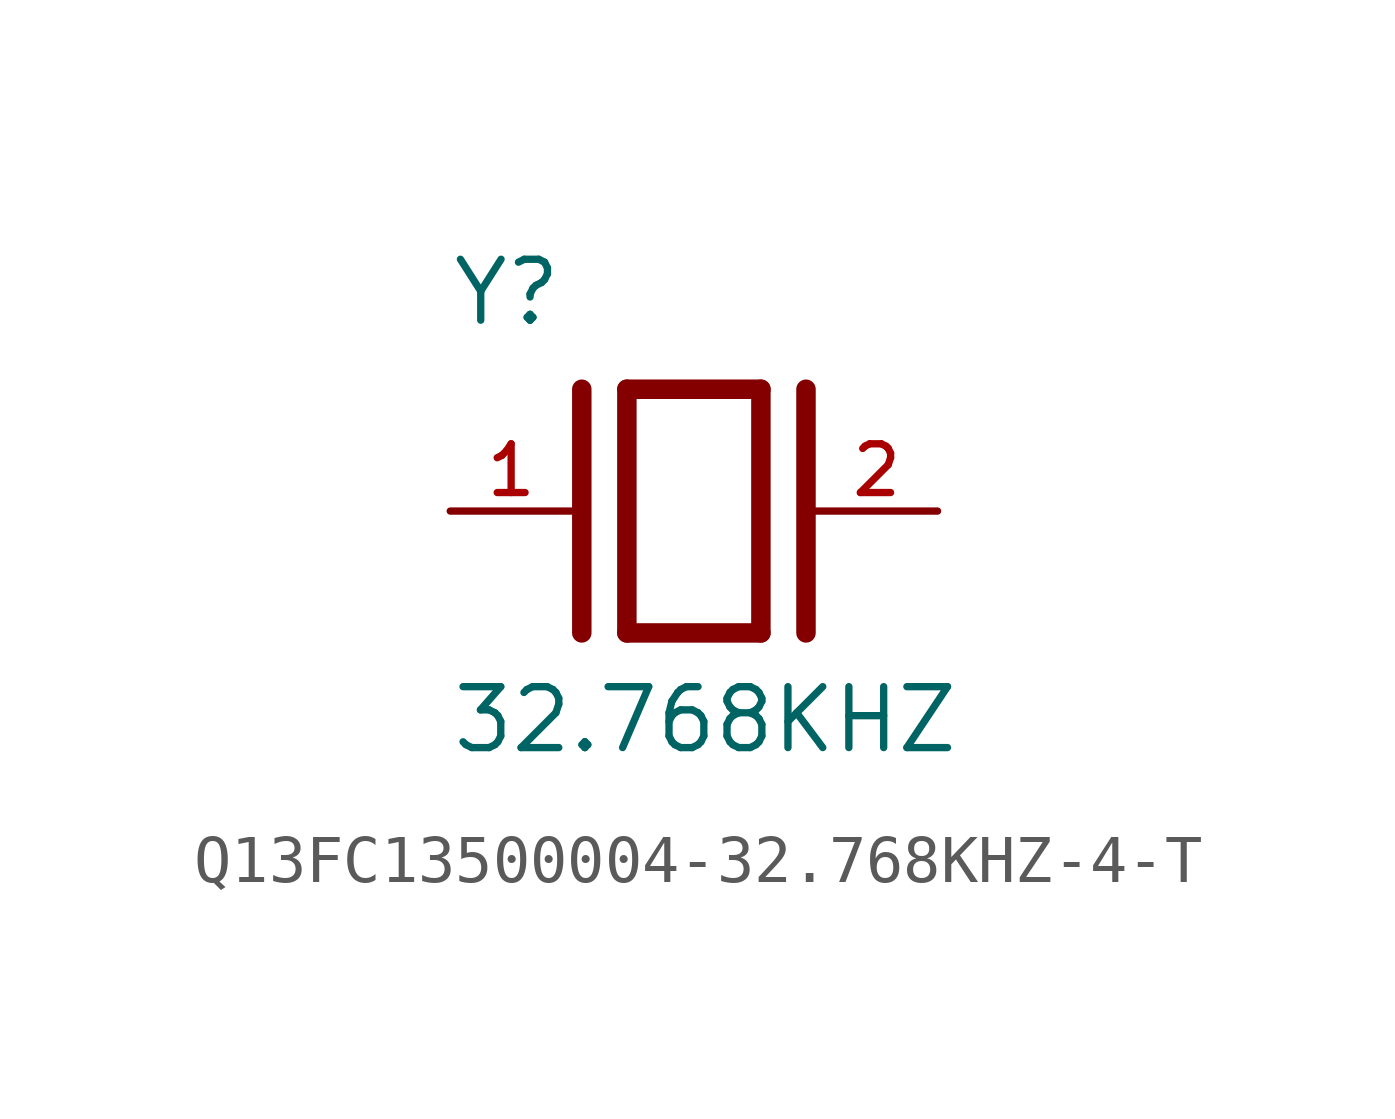
<source format=kicad_sym>
(kicad_symbol_lib
  (version 20241209)
  (generator "kicad_symbol_editor")
  (generator_version "9.0")
  (symbol "Q13FC13500004-32.768KHZ-4-T"
    (pin_names
      (offset 1.016))
    (property "Reference" "Y"
      (at -5.088 3.816 0)
      (effects (font (size 1.27 1.27)) (justify left bottom)))
    (property "Value" "32.768KHZ"
      (at -5.094 -5.094 0)
      (effects (font (size 1.27 1.27)) (justify left bottom)))
    (symbol "Q13FC13500004-32.768KHZ-4-T_0_0"
      (polyline (pts (xy -2.337 2.54) (xy -2.337 -2.54)) (stroke (width 0.406) (type default)) (fill (type none)))
      (polyline (pts (xy -1.397 2.54) (xy -1.397 -2.54)) (stroke (width 0.406) (type default)) (fill (type none)))
      (polyline (pts (xy -1.397 2.54) (xy 1.397 2.54)) (stroke (width 0.406) (type default)) (fill (type none)))
      (polyline (pts (xy 1.397 2.54) (xy 1.397 -2.54)) (stroke (width 0.406) (type default)) (fill (type none)))
      (polyline (pts (xy 1.397 -2.54) (xy -1.397 -2.54)) (stroke (width 0.406) (type default)) (fill (type none)))
      (polyline (pts (xy 2.337 2.54) (xy 2.337 -2.54)) (stroke (width 0.406) (type default)) (fill (type none)))
      (pin passive line (at -5.08 0 0) (length 2.54) (name "~" (effects (font (size 1.016 1.016)))) (number "1" (effects (font (size 1.016 1.016)))))
      (pin passive line (at 5.08 0 180) (length 2.54) (name "~" (effects (font (size 1.016 1.016)))) (number "2" (effects (font (size 1.016 1.016))))))))
</source>
